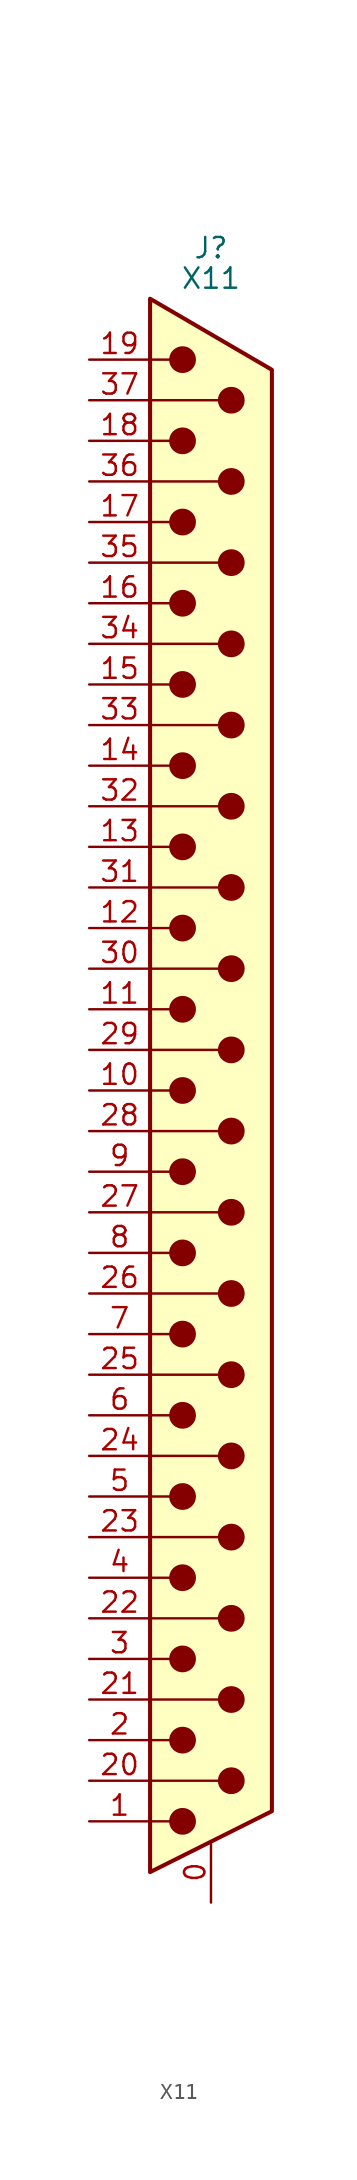
<source format=kicad_sym>
(kicad_symbol_lib
  (version 20211014)
  (generator kicad_symbol_editor)
  (symbol "X11"
    (pin_names
      (offset 1.016) hide)
    (property "Reference" "J"
      (at 0 52.705 0)
      (effects (font (size 1.27 1.27))))
    (property "Value" "X11"
      (at 0 50.8 0)
      (effects (font (size 1.27 1.27))))
    (symbol "X11_0_1"
      (circle (center -1.778 -45.72) (radius 0.762) (stroke (width 0) (type default) (color 0 0 0 0)) (fill (type outline)))
      (circle (center -1.778 -40.64) (radius 0.762) (stroke (width 0) (type default) (color 0 0 0 0)) (fill (type outline)))
      (circle (center -1.778 -35.56) (radius 0.762) (stroke (width 0) (type default) (color 0 0 0 0)) (fill (type outline)))
      (circle (center -1.778 -30.48) (radius 0.762) (stroke (width 0) (type default) (color 0 0 0 0)) (fill (type outline)))
      (circle (center -1.778 -25.4) (radius 0.762) (stroke (width 0) (type default) (color 0 0 0 0)) (fill (type outline)))
      (circle (center -1.778 -20.32) (radius 0.762) (stroke (width 0) (type default) (color 0 0 0 0)) (fill (type outline)))
      (circle (center -1.778 -15.24) (radius 0.762) (stroke (width 0) (type default) (color 0 0 0 0)) (fill (type outline)))
      (circle (center -1.778 -10.16) (radius 0.762) (stroke (width 0) (type default) (color 0 0 0 0)) (fill (type outline)))
      (circle (center -1.778 -5.08) (radius 0.762) (stroke (width 0) (type default) (color 0 0 0 0)) (fill (type outline)))
      (circle (center -1.778 0) (radius 0.762) (stroke (width 0) (type default) (color 0 0 0 0)) (fill (type outline)))
      (circle (center -1.778 5.08) (radius 0.762) (stroke (width 0) (type default) (color 0 0 0 0)) (fill (type outline)))
      (circle (center -1.778 10.16) (radius 0.762) (stroke (width 0) (type default) (color 0 0 0 0)) (fill (type outline)))
      (circle (center -1.778 15.24) (radius 0.762) (stroke (width 0) (type default) (color 0 0 0 0)) (fill (type outline)))
      (circle (center -1.778 20.32) (radius 0.762) (stroke (width 0) (type default) (color 0 0 0 0)) (fill (type outline)))
      (circle (center -1.778 25.4) (radius 0.762) (stroke (width 0) (type default) (color 0 0 0 0)) (fill (type outline)))
      (circle (center -1.778 30.48) (radius 0.762) (stroke (width 0) (type default) (color 0 0 0 0)) (fill (type outline)))
      (circle (center -1.778 35.56) (radius 0.762) (stroke (width 0) (type default) (color 0 0 0 0)) (fill (type outline)))
      (circle (center -1.778 40.64) (radius 0.762) (stroke (width 0) (type default) (color 0 0 0 0)) (fill (type outline)))
      (circle (center -1.778 45.72) (radius 0.762) (stroke (width 0) (type default) (color 0 0 0 0)) (fill (type outline)))
      (polyline (pts (xy -3.81 -45.72) (xy -2.54 -45.72)) (stroke (width 0) (type default) (color 0 0 0 0)) (fill (type none)))
      (polyline (pts (xy -3.81 -43.18) (xy 0.508 -43.18)) (stroke (width 0) (type default) (color 0 0 0 0)) (fill (type none)))
      (polyline (pts (xy -3.81 -40.64) (xy -2.54 -40.64)) (stroke (width 0) (type default) (color 0 0 0 0)) (fill (type none)))
      (polyline (pts (xy -3.81 -38.1) (xy 0.508 -38.1)) (stroke (width 0) (type default) (color 0 0 0 0)) (fill (type none)))
      (polyline (pts (xy -3.81 -35.56) (xy -2.54 -35.56)) (stroke (width 0) (type default) (color 0 0 0 0)) (fill (type none)))
      (polyline (pts (xy -3.81 -33.02) (xy 0.508 -33.02)) (stroke (width 0) (type default) (color 0 0 0 0)) (fill (type none)))
      (polyline (pts (xy -3.81 -30.48) (xy -2.54 -30.48)) (stroke (width 0) (type default) (color 0 0 0 0)) (fill (type none)))
      (polyline (pts (xy -3.81 -27.94) (xy 0.508 -27.94)) (stroke (width 0) (type default) (color 0 0 0 0)) (fill (type none)))
      (polyline (pts (xy -3.81 -25.4) (xy -2.54 -25.4)) (stroke (width 0) (type default) (color 0 0 0 0)) (fill (type none)))
      (polyline (pts (xy -3.81 -22.86) (xy 0.508 -22.86)) (stroke (width 0) (type default) (color 0 0 0 0)) (fill (type none)))
      (polyline (pts (xy -3.81 -20.32) (xy -2.54 -20.32)) (stroke (width 0) (type default) (color 0 0 0 0)) (fill (type none)))
      (polyline (pts (xy -3.81 -17.78) (xy 0.508 -17.78)) (stroke (width 0) (type default) (color 0 0 0 0)) (fill (type none)))
      (polyline (pts (xy -3.81 -15.24) (xy -2.54 -15.24)) (stroke (width 0) (type default) (color 0 0 0 0)) (fill (type none)))
      (polyline (pts (xy -3.81 -12.7) (xy 0.508 -12.7)) (stroke (width 0) (type default) (color 0 0 0 0)) (fill (type none)))
      (polyline (pts (xy -3.81 -10.16) (xy -2.54 -10.16)) (stroke (width 0) (type default) (color 0 0 0 0)) (fill (type none)))
      (polyline (pts (xy -3.81 -7.62) (xy 0.508 -7.62)) (stroke (width 0) (type default) (color 0 0 0 0)) (fill (type none)))
      (polyline (pts (xy -3.81 -5.08) (xy -2.54 -5.08)) (stroke (width 0) (type default) (color 0 0 0 0)) (fill (type none)))
      (polyline (pts (xy -3.81 -2.54) (xy 0.508 -2.54)) (stroke (width 0) (type default) (color 0 0 0 0)) (fill (type none)))
      (polyline (pts (xy -3.81 0) (xy -2.54 0)) (stroke (width 0) (type default) (color 0 0 0 0)) (fill (type none)))
      (polyline (pts (xy -3.81 2.54) (xy 0.508 2.54)) (stroke (width 0) (type default) (color 0 0 0 0)) (fill (type none)))
      (polyline (pts (xy -3.81 5.08) (xy -2.54 5.08)) (stroke (width 0) (type default) (color 0 0 0 0)) (fill (type none)))
      (polyline (pts (xy -3.81 7.62) (xy 0.508 7.62)) (stroke (width 0) (type default) (color 0 0 0 0)) (fill (type none)))
      (polyline (pts (xy -3.81 10.16) (xy -2.54 10.16)) (stroke (width 0) (type default) (color 0 0 0 0)) (fill (type none)))
      (polyline (pts (xy -3.81 12.7) (xy 0.508 12.7)) (stroke (width 0) (type default) (color 0 0 0 0)) (fill (type none)))
      (polyline (pts (xy -3.81 15.24) (xy -2.54 15.24)) (stroke (width 0) (type default) (color 0 0 0 0)) (fill (type none)))
      (polyline (pts (xy -3.81 17.78) (xy 0.508 17.78)) (stroke (width 0) (type default) (color 0 0 0 0)) (fill (type none)))
      (polyline (pts (xy -3.81 20.32) (xy -2.54 20.32)) (stroke (width 0) (type default) (color 0 0 0 0)) (fill (type none)))
      (polyline (pts (xy -3.81 22.86) (xy 0.508 22.86)) (stroke (width 0) (type default) (color 0 0 0 0)) (fill (type none)))
      (polyline (pts (xy -3.81 25.4) (xy -2.54 25.4)) (stroke (width 0) (type default) (color 0 0 0 0)) (fill (type none)))
      (polyline (pts (xy -3.81 27.94) (xy 0.508 27.94)) (stroke (width 0) (type default) (color 0 0 0 0)) (fill (type none)))
      (polyline (pts (xy -3.81 30.48) (xy -2.54 30.48)) (stroke (width 0) (type default) (color 0 0 0 0)) (fill (type none)))
      (polyline (pts (xy -3.81 33.02) (xy 0.508 33.02)) (stroke (width 0) (type default) (color 0 0 0 0)) (fill (type none)))
      (polyline (pts (xy -3.81 35.56) (xy -2.54 35.56)) (stroke (width 0) (type default) (color 0 0 0 0)) (fill (type none)))
      (polyline (pts (xy -3.81 38.1) (xy 0.508 38.1)) (stroke (width 0) (type default) (color 0 0 0 0)) (fill (type none)))
      (polyline (pts (xy -3.81 40.64) (xy -2.54 40.64)) (stroke (width 0) (type default) (color 0 0 0 0)) (fill (type none)))
      (polyline (pts (xy -3.81 43.18) (xy 0.508 43.18)) (stroke (width 0) (type default) (color 0 0 0 0)) (fill (type none)))
      (polyline (pts (xy -3.81 45.72) (xy -2.54 45.72)) (stroke (width 0) (type default) (color 0 0 0 0)) (fill (type none)))
      (polyline (pts (xy -3.81 49.53) (xy 3.81 45.085) (xy 3.81 -45.085) (xy -3.81 -48.895) (xy -3.81 49.53)) (stroke (width 0.254) (type default) (color 0 0 0 0)) (fill (type background)))
      (circle (center 1.27 -43.18) (radius 0.762) (stroke (width 0) (type default) (color 0 0 0 0)) (fill (type outline)))
      (circle (center 1.27 -38.1) (radius 0.762) (stroke (width 0) (type default) (color 0 0 0 0)) (fill (type outline)))
      (circle (center 1.27 -33.02) (radius 0.762) (stroke (width 0) (type default) (color 0 0 0 0)) (fill (type outline)))
      (circle (center 1.27 -27.94) (radius 0.762) (stroke (width 0) (type default) (color 0 0 0 0)) (fill (type outline)))
      (circle (center 1.27 -22.86) (radius 0.762) (stroke (width 0) (type default) (color 0 0 0 0)) (fill (type outline)))
      (circle (center 1.27 -17.78) (radius 0.762) (stroke (width 0) (type default) (color 0 0 0 0)) (fill (type outline)))
      (circle (center 1.27 -12.7) (radius 0.762) (stroke (width 0) (type default) (color 0 0 0 0)) (fill (type outline)))
      (circle (center 1.27 -7.62) (radius 0.762) (stroke (width 0) (type default) (color 0 0 0 0)) (fill (type outline)))
      (circle (center 1.27 -2.54) (radius 0.762) (stroke (width 0) (type default) (color 0 0 0 0)) (fill (type outline)))
      (circle (center 1.27 2.54) (radius 0.762) (stroke (width 0) (type default) (color 0 0 0 0)) (fill (type outline)))
      (circle (center 1.27 7.62) (radius 0.762) (stroke (width 0) (type default) (color 0 0 0 0)) (fill (type outline)))
      (circle (center 1.27 12.7) (radius 0.762) (stroke (width 0) (type default) (color 0 0 0 0)) (fill (type outline)))
      (circle (center 1.27 17.78) (radius 0.762) (stroke (width 0) (type default) (color 0 0 0 0)) (fill (type outline)))
      (circle (center 1.27 22.86) (radius 0.762) (stroke (width 0) (type default) (color 0 0 0 0)) (fill (type outline)))
      (circle (center 1.27 27.94) (radius 0.762) (stroke (width 0) (type default) (color 0 0 0 0)) (fill (type outline)))
      (circle (center 1.27 33.02) (radius 0.762) (stroke (width 0) (type default) (color 0 0 0 0)) (fill (type outline)))
      (circle (center 1.27 38.1) (radius 0.762) (stroke (width 0) (type default) (color 0 0 0 0)) (fill (type outline)))
      (circle (center 1.27 43.18) (radius 0.762) (stroke (width 0) (type default) (color 0 0 0 0)) (fill (type outline))))
    (symbol "X11_1_1"
      (pin passive line (at 0 -50.8 90) (length 3.81) (name "PAD" (effects (font (size 1.27 1.27)))) (number "0" (effects (font (size 1.27 1.27)))))
      (pin passive line (at -7.62 -45.72 0) (length 3.81) (name "1" (effects (font (size 1.27 1.27)))) (number "1" (effects (font (size 1.27 1.27)))))
      (pin passive line (at -7.62 0 0) (length 3.81) (name "10" (effects (font (size 1.27 1.27)))) (number "10" (effects (font (size 1.27 1.27)))))
      (pin passive line (at -7.62 5.08 0) (length 3.81) (name "11" (effects (font (size 1.27 1.27)))) (number "11" (effects (font (size 1.27 1.27)))))
      (pin passive line (at -7.62 10.16 0) (length 3.81) (name "12" (effects (font (size 1.27 1.27)))) (number "12" (effects (font (size 1.27 1.27)))))
      (pin passive line (at -7.62 15.24 0) (length 3.81) (name "13" (effects (font (size 1.27 1.27)))) (number "13" (effects (font (size 1.27 1.27)))))
      (pin passive line (at -7.62 20.32 0) (length 3.81) (name "14" (effects (font (size 1.27 1.27)))) (number "14" (effects (font (size 1.27 1.27)))))
      (pin passive line (at -7.62 25.4 0) (length 3.81) (name "15" (effects (font (size 1.27 1.27)))) (number "15" (effects (font (size 1.27 1.27)))))
      (pin passive line (at -7.62 30.48 0) (length 3.81) (name "16" (effects (font (size 1.27 1.27)))) (number "16" (effects (font (size 1.27 1.27)))))
      (pin passive line (at -7.62 35.56 0) (length 3.81) (name "17" (effects (font (size 1.27 1.27)))) (number "17" (effects (font (size 1.27 1.27)))))
      (pin passive line (at -7.62 40.64 0) (length 3.81) (name "18" (effects (font (size 1.27 1.27)))) (number "18" (effects (font (size 1.27 1.27)))))
      (pin passive line (at -7.62 45.72 0) (length 3.81) (name "19" (effects (font (size 1.27 1.27)))) (number "19" (effects (font (size 1.27 1.27)))))
      (pin passive line (at -7.62 -40.64 0) (length 3.81) (name "2" (effects (font (size 1.27 1.27)))) (number "2" (effects (font (size 1.27 1.27)))))
      (pin passive line (at -7.62 -43.18 0) (length 3.81) (name "20" (effects (font (size 1.27 1.27)))) (number "20" (effects (font (size 1.27 1.27)))))
      (pin passive line (at -7.62 -38.1 0) (length 3.81) (name "21" (effects (font (size 1.27 1.27)))) (number "21" (effects (font (size 1.27 1.27)))))
      (pin passive line (at -7.62 -33.02 0) (length 3.81) (name "22" (effects (font (size 1.27 1.27)))) (number "22" (effects (font (size 1.27 1.27)))))
      (pin passive line (at -7.62 -27.94 0) (length 3.81) (name "23" (effects (font (size 1.27 1.27)))) (number "23" (effects (font (size 1.27 1.27)))))
      (pin passive line (at -7.62 -22.86 0) (length 3.81) (name "24" (effects (font (size 1.27 1.27)))) (number "24" (effects (font (size 1.27 1.27)))))
      (pin passive line (at -7.62 -17.78 0) (length 3.81) (name "25" (effects (font (size 1.27 1.27)))) (number "25" (effects (font (size 1.27 1.27)))))
      (pin passive line (at -7.62 -12.7 0) (length 3.81) (name "26" (effects (font (size 1.27 1.27)))) (number "26" (effects (font (size 1.27 1.27)))))
      (pin passive line (at -7.62 -7.62 0) (length 3.81) (name "27" (effects (font (size 1.27 1.27)))) (number "27" (effects (font (size 1.27 1.27)))))
      (pin passive line (at -7.62 -2.54 0) (length 3.81) (name "28" (effects (font (size 1.27 1.27)))) (number "28" (effects (font (size 1.27 1.27)))))
      (pin passive line (at -7.62 2.54 0) (length 3.81) (name "29" (effects (font (size 1.27 1.27)))) (number "29" (effects (font (size 1.27 1.27)))))
      (pin passive line (at -7.62 -35.56 0) (length 3.81) (name "3" (effects (font (size 1.27 1.27)))) (number "3" (effects (font (size 1.27 1.27)))))
      (pin passive line (at -7.62 7.62 0) (length 3.81) (name "30" (effects (font (size 1.27 1.27)))) (number "30" (effects (font (size 1.27 1.27)))))
      (pin passive line (at -7.62 12.7 0) (length 3.81) (name "31" (effects (font (size 1.27 1.27)))) (number "31" (effects (font (size 1.27 1.27)))))
      (pin passive line (at -7.62 17.78 0) (length 3.81) (name "32" (effects (font (size 1.27 1.27)))) (number "32" (effects (font (size 1.27 1.27)))))
      (pin passive line (at -7.62 22.86 0) (length 3.81) (name "33" (effects (font (size 1.27 1.27)))) (number "33" (effects (font (size 1.27 1.27)))))
      (pin passive line (at -7.62 27.94 0) (length 3.81) (name "34" (effects (font (size 1.27 1.27)))) (number "34" (effects (font (size 1.27 1.27)))))
      (pin passive line (at -7.62 33.02 0) (length 3.81) (name "35" (effects (font (size 1.27 1.27)))) (number "35" (effects (font (size 1.27 1.27)))))
      (pin passive line (at -7.62 38.1 0) (length 3.81) (name "36" (effects (font (size 1.27 1.27)))) (number "36" (effects (font (size 1.27 1.27)))))
      (pin passive line (at -7.62 43.18 0) (length 3.81) (name "37" (effects (font (size 1.27 1.27)))) (number "37" (effects (font (size 1.27 1.27)))))
      (pin passive line (at -7.62 -30.48 0) (length 3.81) (name "4" (effects (font (size 1.27 1.27)))) (number "4" (effects (font (size 1.27 1.27)))))
      (pin passive line (at -7.62 -25.4 0) (length 3.81) (name "5" (effects (font (size 1.27 1.27)))) (number "5" (effects (font (size 1.27 1.27)))))
      (pin passive line (at -7.62 -20.32 0) (length 3.81) (name "6" (effects (font (size 1.27 1.27)))) (number "6" (effects (font (size 1.27 1.27)))))
      (pin passive line (at -7.62 -15.24 0) (length 3.81) (name "7" (effects (font (size 1.27 1.27)))) (number "7" (effects (font (size 1.27 1.27)))))
      (pin passive line (at -7.62 -10.16 0) (length 3.81) (name "8" (effects (font (size 1.27 1.27)))) (number "8" (effects (font (size 1.27 1.27)))))
      (pin passive line (at -7.62 -5.08 0) (length 3.81) (name "9" (effects (font (size 1.27 1.27)))) (number "9" (effects (font (size 1.27 1.27))))))))
</source>
